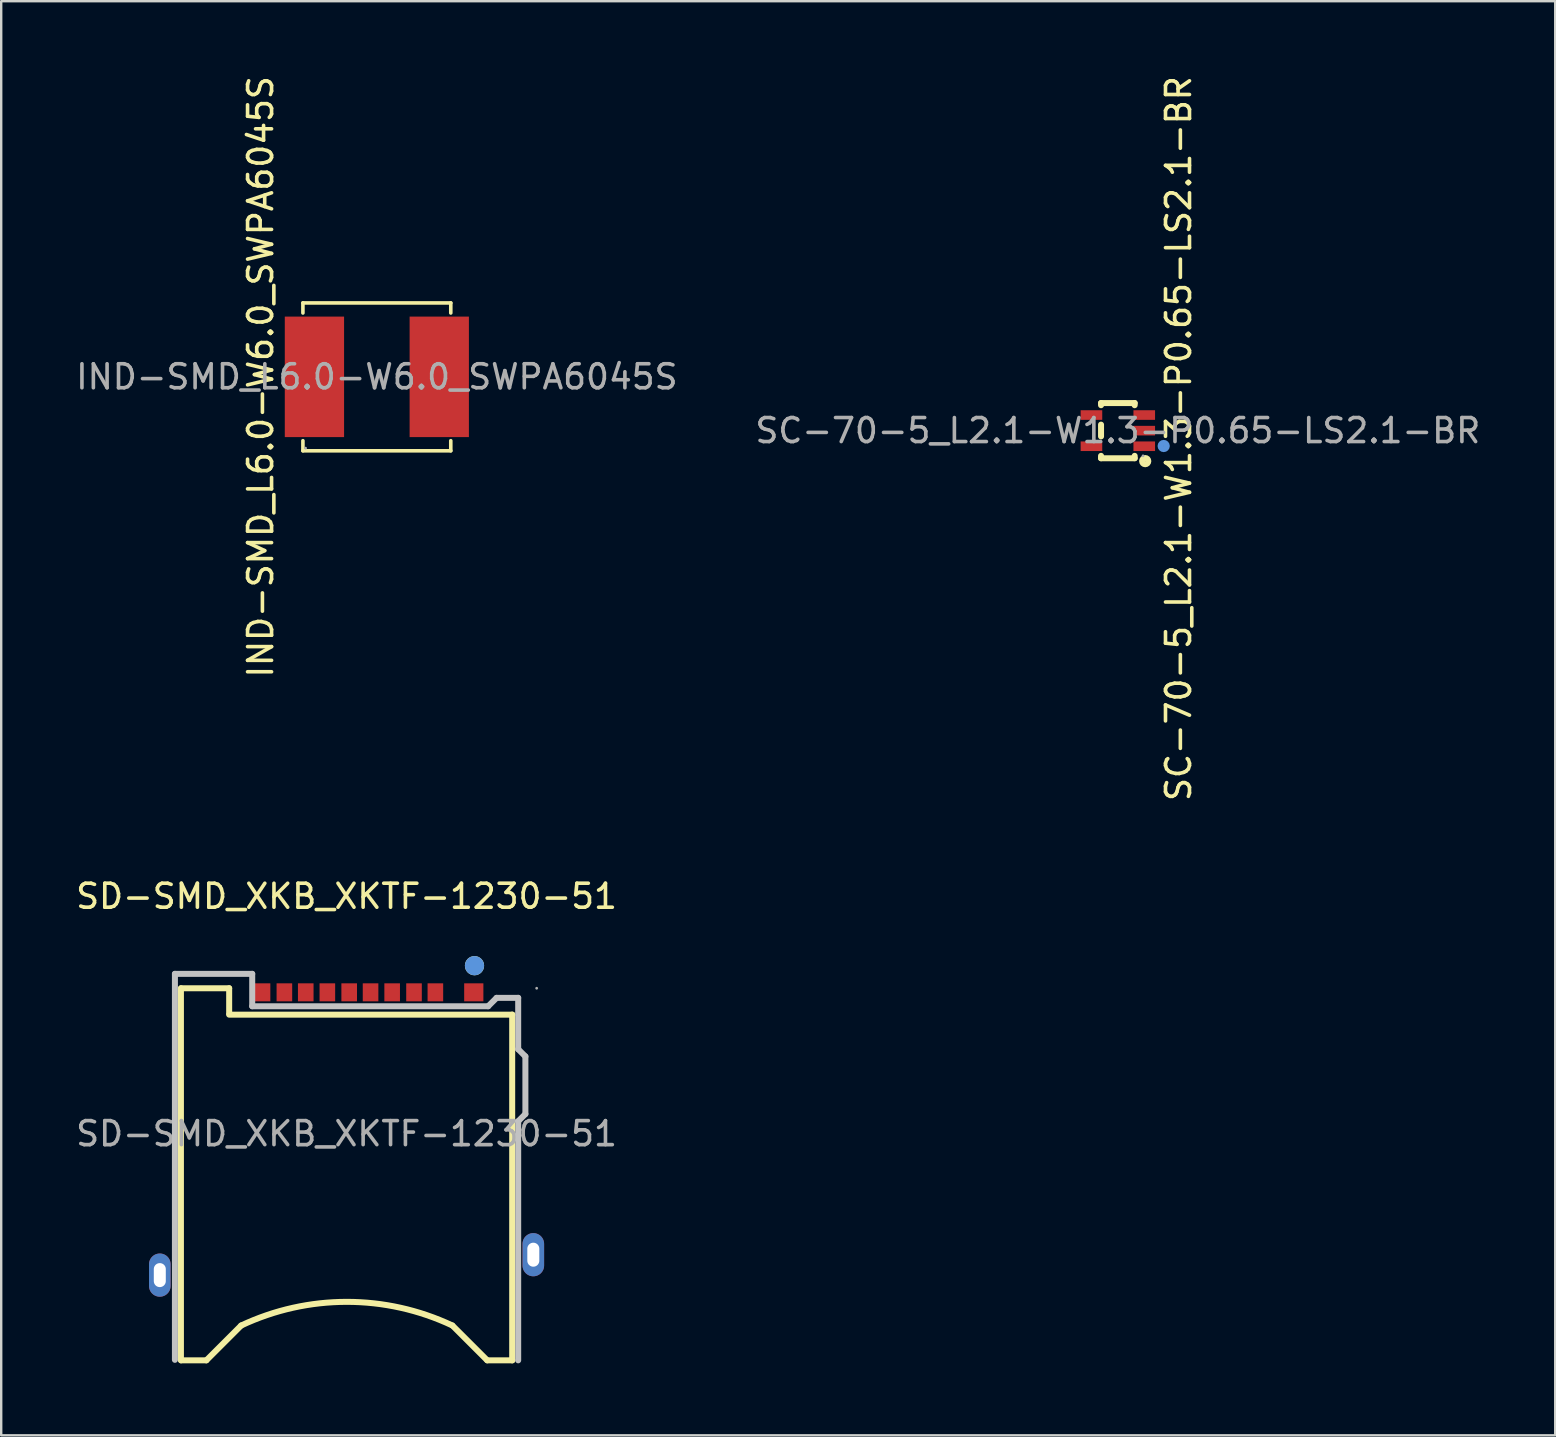
<source format=kicad_pcb>
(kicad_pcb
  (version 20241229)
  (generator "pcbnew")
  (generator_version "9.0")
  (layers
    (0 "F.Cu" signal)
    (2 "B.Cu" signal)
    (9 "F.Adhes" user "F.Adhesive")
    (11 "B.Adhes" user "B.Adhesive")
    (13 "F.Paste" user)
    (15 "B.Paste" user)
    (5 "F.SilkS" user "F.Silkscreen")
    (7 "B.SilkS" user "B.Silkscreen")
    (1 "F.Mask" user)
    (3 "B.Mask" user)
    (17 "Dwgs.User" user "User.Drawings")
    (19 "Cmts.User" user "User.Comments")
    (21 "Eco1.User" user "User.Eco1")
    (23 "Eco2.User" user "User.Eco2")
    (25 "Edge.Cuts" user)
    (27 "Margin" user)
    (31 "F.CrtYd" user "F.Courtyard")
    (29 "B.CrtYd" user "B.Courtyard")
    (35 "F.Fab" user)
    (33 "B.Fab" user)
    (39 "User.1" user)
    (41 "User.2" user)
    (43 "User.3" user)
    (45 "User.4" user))
  (footprint "SC-70-5_L2.1-W1.3-P0.65-LS2.1-BR"
    (layer "F.Cu")
    (at 43.518 14.89)
    (property "Reference" "SC-70-5_L2.1-W1.3-P0.65-LS2.1-BR" (at 2.53 0.33 90) (layer "F.SilkS") (effects (font (size 1 1) (thickness 0.15))))
    (attr smd)
    (fp_line (start -0.7 -1.15) (end 0.7 -1.15) (stroke (width 0.25) (type solid)) (layer "F.SilkS"))
    (fp_line (start -0.7 -1.06) (end -0.7 -1.15) (stroke (width 0.25) (type solid)) (layer "F.SilkS"))
    (fp_line (start -0.7 0.24) (end -0.7 -0.25) (stroke (width 0.25) (type solid)) (layer "F.SilkS"))
    (fp_line (start -0.7 1.15) (end -0.7 1.05) (stroke (width 0.25) (type solid)) (layer "F.SilkS"))
    (fp_line (start -0.7 1.15) (end 0.7 1.15) (stroke (width 0.25) (type solid)) (layer "F.SilkS"))
    (fp_line (start 0.7 -1.06) (end 0.7 -1.15) (stroke (width 0.25) (type solid)) (layer "F.SilkS"))
    (fp_line (start 0.7 1.15) (end 0.7 1.05) (stroke (width 0.25) (type solid)) (layer "F.SilkS"))
    (fp_circle (center 1.14 1.27) (end 1.27 1.27) (stroke (width 0.25) (type solid)) (fill no) (layer "F.SilkS"))
    (fp_circle (center 1.91 0.64) (end 2.04 0.64) (stroke (width 0.25) (type solid)) (fill no) (layer "Cmts.User"))
    (fp_circle (center 1.05 1.05) (end 1.08 1.05) (stroke (width 0.06) (type solid)) (fill no) (layer "F.Fab"))
    (fp_text user "${REFERENCE}" (at 0 0 0) (layer "F.Fab") (effects (font (size 1 1) (thickness 0.15))))
    (pad "1" smd rect (at 1.1 0.65 90) (size 0.4 0.9) (layers "F.Cu" "F.Mask" "F.Paste"))
    (pad "2" smd rect (at 1.1 0 90) (size 0.4 0.9) (layers "F.Cu" "F.Mask" "F.Paste"))
    (pad "3" smd rect (at 1.1 -0.65 90) (size 0.4 0.9) (layers "F.Cu" "F.Mask" "F.Paste"))
    (pad "4" smd rect (at -1.1 -0.65 90) (size 0.4 0.9) (layers "F.Cu" "F.Mask" "F.Paste"))
    (pad "5" smd rect (at -1.1 0.65 90) (size 0.4 0.9) (layers "F.Cu" "F.Mask" "F.Paste")))
  (footprint "SD-SMD_XKB_XKTF-1230-51"
    (layer "F.Cu")
    (at 11.387 44.179)
    (property "Reference" "SD-SMD_XKB_XKTF-1230-51" (at 0 -9.89 0) (layer "F.SilkS") (effects (font (size 1 1) (thickness 0.15))))
    (attr smd)
    (fp_line (start -6.9 9.44) (end -6.9 -6.06) (stroke (width 0.25) (type solid)) (layer "F.SilkS"))
    (fp_line (start -6.89 -6.06) (end -4.89 -6.06) (stroke (width 0.25) (type solid)) (layer "F.SilkS"))
    (fp_line (start -6.89 9.44) (end -5.84 9.44) (stroke (width 0.25) (type solid)) (layer "F.SilkS"))
    (fp_line (start -4.89 -6.06) (end -4.89 -5.01) (stroke (width 0.25) (type solid)) (layer "F.SilkS"))
    (fp_line (start -4.39 7.99) (end -5.84 9.44) (stroke (width 0.25) (type solid)) (layer "F.SilkS"))
    (fp_line (start 5.86 9.44) (end 4.41 7.99) (stroke (width 0.25) (type solid)) (layer "F.SilkS"))
    (fp_line (start 6.9 9.44) (end 6.9 -4.96) (stroke (width 0.25) (type solid)) (layer "F.SilkS"))
    (fp_line (start 6.91 -4.96) (end -4.89 -4.96) (stroke (width 0.25) (type solid)) (layer "F.SilkS"))
    (fp_line (start 6.91 9.44) (end 5.86 9.44) (stroke (width 0.25) (type solid)) (layer "F.SilkS"))
    (fp_arc (start -4.39 7.99) (mid 0.007583 7.004531) (end 4.405628 7.987939) (stroke (width 0.25) (type solid)) (layer "F.SilkS"))
    (fp_circle (center 5.33 -7) (end 5.53 -7) (stroke (width 0.4) (type solid)) (fill no) (layer "F.SilkS"))
    (fp_line (start -7.15 -6.66) (end -7.15 9.42) (stroke (width 0.25) (type solid)) (layer "Dwgs.User"))
    (fp_line (start -3.93 -6.66) (end -7.15 -6.66) (stroke (width 0.25) (type solid)) (layer "Dwgs.User"))
    (fp_line (start -3.93 -5.31) (end -3.93 -6.66) (stroke (width 0.25) (type solid)) (layer "Dwgs.User"))
    (fp_line (start 5.9 -5.31) (end -3.93 -5.31) (stroke (width 0.25) (type solid)) (layer "Dwgs.User"))
    (fp_line (start 6.25 -5.66) (end 5.9 -5.31) (stroke (width 0.25) (type solid)) (layer "Dwgs.User"))
    (fp_line (start 7.15 -5.66) (end 6.25 -5.66) (stroke (width 0.25) (type solid)) (layer "Dwgs.User"))
    (fp_line (start 7.15 -3.52) (end 7.15 -5.66) (stroke (width 0.25) (type solid)) (layer "Dwgs.User"))
    (fp_line (start 7.15 -0.52) (end 7.45 -0.82) (stroke (width 0.25) (type solid)) (layer "Dwgs.User"))
    (fp_line (start 7.15 9.44) (end 7.15 -0.52) (stroke (width 0.25) (type solid)) (layer "Dwgs.User"))
    (fp_line (start 7.45 -3.22) (end 7.15 -3.52) (stroke (width 0.25) (type solid)) (layer "Dwgs.User"))
    (fp_line (start 7.45 -0.82) (end 7.45 -3.22) (stroke (width 0.25) (type solid)) (layer "Dwgs.User"))
    (fp_circle (center 5.33 -7) (end 5.53 -7) (stroke (width 0.4) (type solid)) (fill no) (layer "Cmts.User"))
    (fp_circle (center 7.92 -6.06) (end 7.95 -6.06) (stroke (width 0.06) (type solid)) (fill no) (layer "F.Fab"))
    (fp_text user "${REFERENCE}" (at 0 0 0) (layer "F.Fab") (effects (font (size 1 1) (thickness 0.15))))
    (pad "1" smd rect (at 5.3 -5.89 270) (size 0.75 0.8) (layers "F.Cu" "F.Mask" "F.Paste"))
    (pad "2" smd rect (at 3.7 -5.89 270) (size 0.75 0.65) (layers "F.Cu" "F.Mask" "F.Paste"))
    (pad "3" smd rect (at 2.81 -5.89 270) (size 0.75 0.65) (layers "F.Cu" "F.Mask" "F.Paste"))
    (pad "4" smd rect (at 1.9 -5.89 270) (size 0.75 0.65) (layers "F.Cu" "F.Mask" "F.Paste"))
    (pad "5" smd rect (at 1 -5.89 270) (size 0.75 0.65) (layers "F.Cu" "F.Mask" "F.Paste"))
    (pad "6" smd rect (at 0.11 -5.89 270) (size 0.75 0.65) (layers "F.Cu" "F.Mask" "F.Paste"))
    (pad "7" smd rect (at -0.8 -5.89 270) (size 0.75 0.65) (layers "F.Cu" "F.Mask" "F.Paste"))
    (pad "8" smd rect (at -1.7 -5.89 270) (size 0.75 0.65) (layers "F.Cu" "F.Mask" "F.Paste"))
    (pad "9" smd rect (at -2.59 -5.89 270) (size 0.75 0.65) (layers "F.Cu" "F.Mask" "F.Paste"))
    (pad "10" smd rect (at -3.5 -5.89 270) (size 0.75 0.65) (layers "F.Cu" "F.Mask" "F.Paste"))
    (pad "11" thru_hole oval (at -7.78 5.89) (size 0.9 1.8) (drill oval 0.5 1) (layers "*.Cu" "*.Mask"))
    (pad "12" thru_hole oval (at 7.78 5.04) (size 0.9 1.8) (drill oval 0.5 1) (layers "*.Cu" "*.Mask")))
  (footprint "IND-SMD_L6.0-W6.0_SWPA6045S"
    (layer "F.Cu")
    (at 12.649 12.649)
    (property "Reference" "IND-SMD_L6.0-W6.0_SWPA6045S" (at -4.841 0 270) (layer "F.SilkS") (effects (font (size 1 1) (thickness 0.15))))
    (attr smd)
    (fp_line (start -3.08 -3.08) (end 3.08 -3.08) (stroke (width 0.15) (type solid)) (layer "F.SilkS"))
    (fp_line (start -3.08 -2.66) (end -3.08 -3.08) (stroke (width 0.15) (type solid)) (layer "F.SilkS"))
    (fp_line (start -3.08 2.66) (end -3.08 3.08) (stroke (width 0.15) (type solid)) (layer "F.SilkS"))
    (fp_line (start -3.08 3.08) (end 3.08 3.08) (stroke (width 0.15) (type solid)) (layer "F.SilkS"))
    (fp_line (start 3.08 -3.08) (end 3.08 -2.66) (stroke (width 0.15) (type solid)) (layer "F.SilkS"))
    (fp_line (start 3.08 3.08) (end 3.08 2.66) (stroke (width 0.15) (type solid)) (layer "F.SilkS"))
    (fp_circle (center -2.97 2.97) (end -2.94 2.97) (stroke (width 0.06) (type solid)) (fill no) (layer "F.Fab"))
    (fp_text user "${REFERENCE}" (at 0 0 180) (layer "F.Fab") (effects (font (size 1 1) (thickness 0.15))))
    (pad "1" smd rect (at -2.6 0 180) (size 2.47 5.02) (layers "F.Cu" "F.Mask" "F.Paste"))
    (pad "2" smd rect (at 2.6 0 180) (size 2.47 5.02) (layers "F.Cu" "F.Mask" "F.Paste")))
  (gr_rect
    (start -3 -3)
    (end 61.738 56.744)
    (stroke (width 0.1) (type default))
    (fill no)
    (layer "Edge.Cuts")))
</source>
